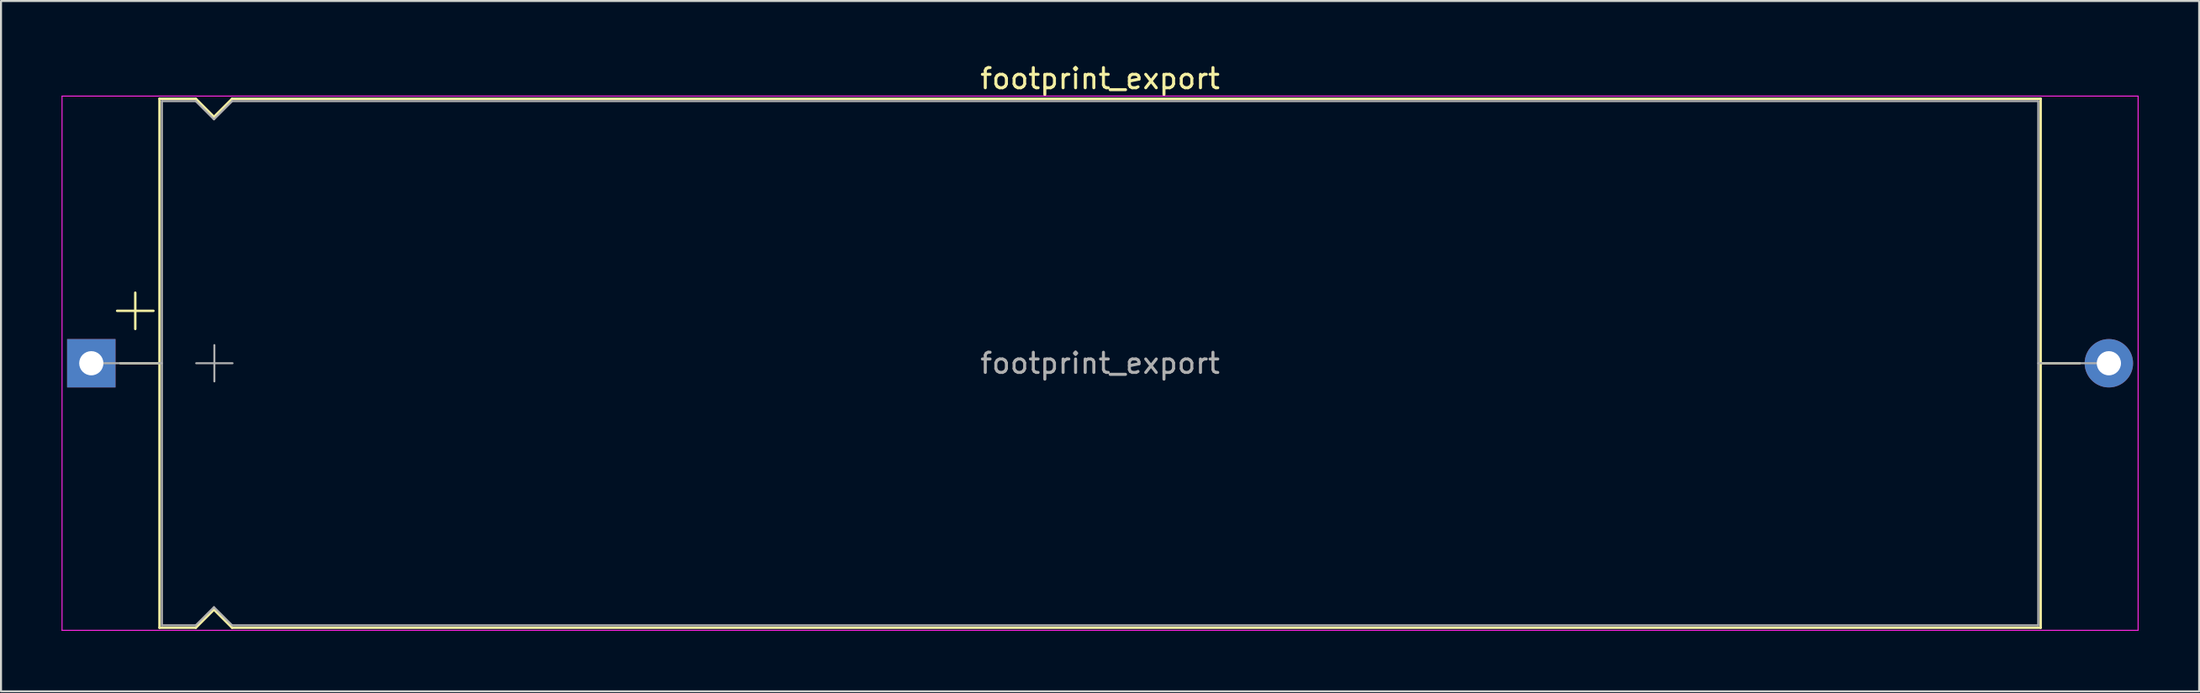
<source format=kicad_pcb>
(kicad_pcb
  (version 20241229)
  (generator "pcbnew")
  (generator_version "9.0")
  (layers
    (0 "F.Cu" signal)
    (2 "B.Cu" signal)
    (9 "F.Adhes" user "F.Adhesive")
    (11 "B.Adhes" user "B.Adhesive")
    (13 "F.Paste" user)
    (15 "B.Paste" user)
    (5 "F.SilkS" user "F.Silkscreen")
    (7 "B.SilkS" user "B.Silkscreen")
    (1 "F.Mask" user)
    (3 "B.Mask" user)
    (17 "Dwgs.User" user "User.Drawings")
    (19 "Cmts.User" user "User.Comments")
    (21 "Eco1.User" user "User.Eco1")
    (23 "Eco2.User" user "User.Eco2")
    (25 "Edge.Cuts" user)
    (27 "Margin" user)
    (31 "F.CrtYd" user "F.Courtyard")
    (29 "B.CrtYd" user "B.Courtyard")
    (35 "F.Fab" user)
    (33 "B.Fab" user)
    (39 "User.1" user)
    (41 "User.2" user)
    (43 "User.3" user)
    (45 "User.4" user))
  (footprint "footprint_export"
    (layer "F.Cu")
    (at 1.475 14.968)
    (property "Reference" "footprint_export" (at 50 -14.12 0) (layer "F.SilkS") (effects (font (size 1 1) (thickness 0.15))))
    (attr through_hole)
    (fp_line (start 1.28 -2.6) (end 3.08 -2.6) (stroke (width 0.12) (type solid)) (layer "F.SilkS"))
    (fp_line (start 1.44 0) (end 3.38 0) (stroke (width 0.12) (type solid)) (layer "F.SilkS"))
    (fp_line (start 2.18 -3.5) (end 2.18 -1.7) (stroke (width 0.12) (type solid)) (layer "F.SilkS"))
    (fp_line (start 3.38 -13.12) (end 3.38 13.12) (stroke (width 0.12) (type solid)) (layer "F.SilkS"))
    (fp_line (start 3.38 -13.12) (end 5.18 -13.12) (stroke (width 0.12) (type solid)) (layer "F.SilkS"))
    (fp_line (start 3.38 13.12) (end 5.18 13.12) (stroke (width 0.12) (type solid)) (layer "F.SilkS"))
    (fp_line (start 5.18 -13.12) (end 6.08 -12.22) (stroke (width 0.12) (type solid)) (layer "F.SilkS"))
    (fp_line (start 5.18 13.12) (end 6.08 12.22) (stroke (width 0.12) (type solid)) (layer "F.SilkS"))
    (fp_line (start 6.08 -12.22) (end 6.98 -13.12) (stroke (width 0.12) (type solid)) (layer "F.SilkS"))
    (fp_line (start 6.08 12.22) (end 6.98 13.12) (stroke (width 0.12) (type solid)) (layer "F.SilkS"))
    (fp_line (start 6.98 -13.12) (end 96.62 -13.12) (stroke (width 0.12) (type solid)) (layer "F.SilkS"))
    (fp_line (start 6.98 13.12) (end 96.62 13.12) (stroke (width 0.12) (type solid)) (layer "F.SilkS"))
    (fp_line (start 96.62 -13.12) (end 96.62 13.12) (stroke (width 0.12) (type solid)) (layer "F.SilkS"))
    (fp_line (start 98.56 0) (end 96.62 0) (stroke (width 0.12) (type solid)) (layer "F.SilkS"))
    (fp_line (start -1.45 -13.25) (end -1.45 13.25) (stroke (width 0.05) (type solid)) (layer "F.CrtYd"))
    (fp_line (start -1.45 13.25) (end 101.45 13.25) (stroke (width 0.05) (type solid)) (layer "F.CrtYd"))
    (fp_line (start 101.45 -13.25) (end -1.45 -13.25) (stroke (width 0.05) (type solid)) (layer "F.CrtYd"))
    (fp_line (start 101.45 13.25) (end 101.45 -13.25) (stroke (width 0.05) (type solid)) (layer "F.CrtYd"))
    (fp_line (start 0 0) (end 3.5 0) (stroke (width 0.1) (type solid)) (layer "F.Fab"))
    (fp_line (start 3.5 -13) (end 3.5 13) (stroke (width 0.1) (type solid)) (layer "F.Fab"))
    (fp_line (start 3.5 -13) (end 5.18 -13) (stroke (width 0.1) (type solid)) (layer "F.Fab"))
    (fp_line (start 3.5 13) (end 5.18 13) (stroke (width 0.1) (type solid)) (layer "F.Fab"))
    (fp_line (start 5.18 -13) (end 6.08 -12.1) (stroke (width 0.1) (type solid)) (layer "F.Fab"))
    (fp_line (start 5.18 13) (end 6.08 12.1) (stroke (width 0.1) (type solid)) (layer "F.Fab"))
    (fp_line (start 5.2 0) (end 7 0) (stroke (width 0.1) (type solid)) (layer "F.Fab"))
    (fp_line (start 6.08 -12.1) (end 6.98 -13) (stroke (width 0.1) (type solid)) (layer "F.Fab"))
    (fp_line (start 6.08 12.1) (end 6.98 13) (stroke (width 0.1) (type solid)) (layer "F.Fab"))
    (fp_line (start 6.1 -0.9) (end 6.1 0.9) (stroke (width 0.1) (type solid)) (layer "F.Fab"))
    (fp_line (start 6.98 -13) (end 96.5 -13) (stroke (width 0.1) (type solid)) (layer "F.Fab"))
    (fp_line (start 6.98 13) (end 96.5 13) (stroke (width 0.1) (type solid)) (layer "F.Fab"))
    (fp_line (start 96.5 -13) (end 96.5 13) (stroke (width 0.1) (type solid)) (layer "F.Fab"))
    (fp_line (start 100 0) (end 96.5 0) (stroke (width 0.1) (type solid)) (layer "F.Fab"))
    (fp_text user "${REFERENCE}" (at 50 0 0) (layer "F.Fab") (effects (font (size 1 1) (thickness 0.15))))
    (pad "1" thru_hole rect (at 0 0) (size 2.4 2.4) (drill 1.2) (layers "*.Cu" "*.Mask"))
    (pad "2" thru_hole oval (at 100 0) (size 2.4 2.4) (drill 1.2) (layers "*.Cu" "*.Mask")))
  (gr_rect
    (start -3 -3)
    (end 105.95 31.243)
    (stroke (width 0.1) (type default))
    (fill no)
    (layer "Edge.Cuts")))
</source>
